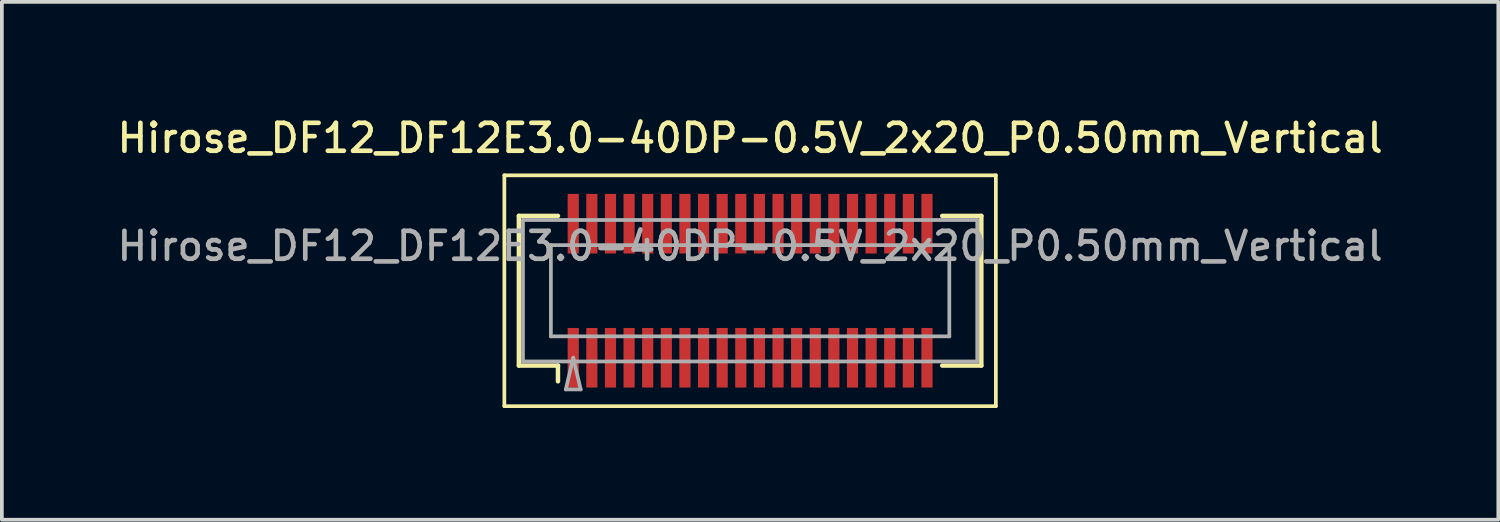
<source format=kicad_pcb>
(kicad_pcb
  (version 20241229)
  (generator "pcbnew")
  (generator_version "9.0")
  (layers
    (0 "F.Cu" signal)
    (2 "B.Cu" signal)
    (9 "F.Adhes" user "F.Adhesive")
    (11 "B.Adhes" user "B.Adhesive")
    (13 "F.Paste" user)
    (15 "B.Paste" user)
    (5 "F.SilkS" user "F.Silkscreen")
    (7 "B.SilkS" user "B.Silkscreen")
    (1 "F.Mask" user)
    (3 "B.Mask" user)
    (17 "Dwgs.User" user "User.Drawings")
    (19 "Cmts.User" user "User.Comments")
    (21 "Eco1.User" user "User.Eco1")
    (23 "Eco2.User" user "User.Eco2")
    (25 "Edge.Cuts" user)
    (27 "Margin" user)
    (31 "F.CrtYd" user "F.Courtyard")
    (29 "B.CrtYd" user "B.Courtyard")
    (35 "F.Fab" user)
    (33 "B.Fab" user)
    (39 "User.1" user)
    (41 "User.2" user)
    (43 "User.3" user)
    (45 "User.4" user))
  (footprint "Hirose_DF12_DF12E3.0-40DP-0.5V_2x20_P0.50mm_Vertical"
    (layer "F.Cu")
    (at 17.095 4.758)
    (property "Reference" "Hirose_DF12_DF12E3.0-40DP-0.5V_2x20_P0.50mm_Vertical" (at 0 -4.1 0) (layer "F.SilkS") (effects (font (size 0.75 0.75) (thickness 0.125))))
    (attr smd)
    (fp_line (start -6.6 -3.1) (end -6.6 3.1) (stroke (width 0.1) (type solid)) (layer "F.SilkS"))
    (fp_line (start -6.6 3.1) (end 6.6 3.1) (stroke (width 0.1) (type solid)) (layer "F.SilkS"))
    (fp_line (start -6.21 -2.01) (end -5.16 -2.01) (stroke (width 0.12) (type solid)) (layer "F.SilkS"))
    (fp_line (start -6.21 2.01) (end -6.21 -2.01) (stroke (width 0.12) (type solid)) (layer "F.SilkS"))
    (fp_line (start -5.16 2.01) (end -6.21 2.01) (stroke (width 0.12) (type solid)) (layer "F.SilkS"))
    (fp_line (start -5.16 2.433) (end -5.16 2.01) (stroke (width 0.12) (type solid)) (layer "F.SilkS"))
    (fp_line (start 5.16 2.01) (end 6.21 2.01) (stroke (width 0.12) (type solid)) (layer "F.SilkS"))
    (fp_line (start 6.21 -2.01) (end 5.16 -2.01) (stroke (width 0.12) (type solid)) (layer "F.SilkS"))
    (fp_line (start 6.21 2.01) (end 6.21 -2.01) (stroke (width 0.12) (type solid)) (layer "F.SilkS"))
    (fp_line (start 6.6 -3.1) (end -6.6 -3.1) (stroke (width 0.1) (type solid)) (layer "F.SilkS"))
    (fp_line (start 6.6 3.1) (end 6.6 -3.1) (stroke (width 0.1) (type solid)) (layer "F.SilkS"))
    (fp_line (start -6.1 -1.9) (end 6.1 -1.9) (stroke (width 0.1) (type solid)) (layer "F.Fab"))
    (fp_line (start -6.1 1.9) (end -6.1 -1.9) (stroke (width 0.1) (type solid)) (layer "F.Fab"))
    (fp_line (start -5.35 -1.225) (end 5.35 -1.225) (stroke (width 0.1) (type solid)) (layer "F.Fab"))
    (fp_line (start -5.35 1.225) (end -5.35 -1.225) (stroke (width 0.1) (type solid)) (layer "F.Fab"))
    (fp_line (start -4.95 2.65) (end -4.75 1.8) (stroke (width 0.1) (type solid)) (layer "F.Fab"))
    (fp_line (start -4.75 1.8) (end -4.55 2.65) (stroke (width 0.1) (type solid)) (layer "F.Fab"))
    (fp_line (start -4.55 2.65) (end -4.95 2.65) (stroke (width 0.1) (type solid)) (layer "F.Fab"))
    (fp_line (start 5.35 -1.225) (end 5.35 1.225) (stroke (width 0.1) (type solid)) (layer "F.Fab"))
    (fp_line (start 5.35 1.225) (end -5.35 1.225) (stroke (width 0.1) (type solid)) (layer "F.Fab"))
    (fp_line (start 6.1 -1.9) (end 6.1 1.9) (stroke (width 0.1) (type solid)) (layer "F.Fab"))
    (fp_line (start 6.1 1.9) (end -6.1 1.9) (stroke (width 0.1) (type solid)) (layer "F.Fab"))
    (fp_text user "${REFERENCE}" (at 0 -1.2 0) (layer "F.Fab") (effects (font (size 0.75 0.75) (thickness 0.125))))
    (pad "" smd rect (at -4.75 -2) (size 0.28 1.2) (layers "F.Paste"))
    (pad "" smd rect (at -4.75 2) (size 0.28 1.2) (layers "F.Paste"))
    (pad "" smd rect (at -4.25 -2) (size 0.28 1.2) (layers "F.Paste"))
    (pad "" smd rect (at -4.25 2) (size 0.28 1.2) (layers "F.Paste"))
    (pad "" smd rect (at -3.75 -2) (size 0.28 1.2) (layers "F.Paste"))
    (pad "" smd rect (at -3.75 2) (size 0.28 1.2) (layers "F.Paste"))
    (pad "" smd rect (at -3.25 -2) (size 0.28 1.2) (layers "F.Paste"))
    (pad "" smd rect (at -3.25 2) (size 0.28 1.2) (layers "F.Paste"))
    (pad "" smd rect (at -2.75 -2) (size 0.28 1.2) (layers "F.Paste"))
    (pad "" smd rect (at -2.75 2) (size 0.28 1.2) (layers "F.Paste"))
    (pad "" smd rect (at -2.25 -2) (size 0.28 1.2) (layers "F.Paste"))
    (pad "" smd rect (at -2.25 2) (size 0.28 1.2) (layers "F.Paste"))
    (pad "" smd rect (at -1.75 -2) (size 0.28 1.2) (layers "F.Paste"))
    (pad "" smd rect (at -1.75 2) (size 0.28 1.2) (layers "F.Paste"))
    (pad "" smd rect (at -1.25 -2) (size 0.28 1.2) (layers "F.Paste"))
    (pad "" smd rect (at -1.25 2) (size 0.28 1.2) (layers "F.Paste"))
    (pad "" smd rect (at -0.75 -2) (size 0.28 1.2) (layers "F.Paste"))
    (pad "" smd rect (at -0.75 2) (size 0.28 1.2) (layers "F.Paste"))
    (pad "" smd rect (at -0.25 -2) (size 0.28 1.2) (layers "F.Paste"))
    (pad "" smd rect (at -0.25 2) (size 0.28 1.2) (layers "F.Paste"))
    (pad "" smd rect (at 0.25 -2) (size 0.28 1.2) (layers "F.Paste"))
    (pad "" smd rect (at 0.25 2) (size 0.28 1.2) (layers "F.Paste"))
    (pad "" smd rect (at 0.75 -2) (size 0.28 1.2) (layers "F.Paste"))
    (pad "" smd rect (at 0.75 2) (size 0.28 1.2) (layers "F.Paste"))
    (pad "" smd rect (at 1.25 -2) (size 0.28 1.2) (layers "F.Paste"))
    (pad "" smd rect (at 1.25 2) (size 0.28 1.2) (layers "F.Paste"))
    (pad "" smd rect (at 1.75 -2) (size 0.28 1.2) (layers "F.Paste"))
    (pad "" smd rect (at 1.75 2) (size 0.28 1.2) (layers "F.Paste"))
    (pad "" smd rect (at 2.25 -2) (size 0.28 1.2) (layers "F.Paste"))
    (pad "" smd rect (at 2.25 2) (size 0.28 1.2) (layers "F.Paste"))
    (pad "" smd rect (at 2.75 -2) (size 0.28 1.2) (layers "F.Paste"))
    (pad "" smd rect (at 2.75 2) (size 0.28 1.2) (layers "F.Paste"))
    (pad "" smd rect (at 3.25 -2) (size 0.28 1.2) (layers "F.Paste"))
    (pad "" smd rect (at 3.25 2) (size 0.28 1.2) (layers "F.Paste"))
    (pad "" smd rect (at 3.75 -2) (size 0.28 1.2) (layers "F.Paste"))
    (pad "" smd rect (at 3.75 2) (size 0.28 1.2) (layers "F.Paste"))
    (pad "" smd rect (at 4.25 -2) (size 0.28 1.2) (layers "F.Paste"))
    (pad "" smd rect (at 4.25 2) (size 0.28 1.2) (layers "F.Paste"))
    (pad "" smd rect (at 4.75 -2) (size 0.28 1.2) (layers "F.Paste"))
    (pad "" smd rect (at 4.75 2) (size 0.28 1.2) (layers "F.Paste"))
    (pad "1" smd rect (at -4.75 1.8) (size 0.3 1.6) (layers "F.Cu" "F.Mask"))
    (pad "2" smd rect (at -4.25 1.8) (size 0.3 1.6) (layers "F.Cu" "F.Mask"))
    (pad "3" smd rect (at -3.75 1.8) (size 0.3 1.6) (layers "F.Cu" "F.Mask"))
    (pad "4" smd rect (at -3.25 1.8) (size 0.3 1.6) (layers "F.Cu" "F.Mask"))
    (pad "5" smd rect (at -2.75 1.8) (size 0.3 1.6) (layers "F.Cu" "F.Mask"))
    (pad "6" smd rect (at -2.25 1.8) (size 0.3 1.6) (layers "F.Cu" "F.Mask"))
    (pad "7" smd rect (at -1.75 1.8) (size 0.3 1.6) (layers "F.Cu" "F.Mask"))
    (pad "8" smd rect (at -1.25 1.8) (size 0.3 1.6) (layers "F.Cu" "F.Mask"))
    (pad "9" smd rect (at -0.75 1.8) (size 0.3 1.6) (layers "F.Cu" "F.Mask"))
    (pad "10" smd rect (at -0.25 1.8) (size 0.3 1.6) (layers "F.Cu" "F.Mask"))
    (pad "11" smd rect (at 0.25 1.8) (size 0.3 1.6) (layers "F.Cu" "F.Mask"))
    (pad "12" smd rect (at 0.75 1.8) (size 0.3 1.6) (layers "F.Cu" "F.Mask"))
    (pad "13" smd rect (at 1.25 1.8) (size 0.3 1.6) (layers "F.Cu" "F.Mask"))
    (pad "14" smd rect (at 1.75 1.8) (size 0.3 1.6) (layers "F.Cu" "F.Mask"))
    (pad "15" smd rect (at 2.25 1.8) (size 0.3 1.6) (layers "F.Cu" "F.Mask"))
    (pad "16" smd rect (at 2.75 1.8) (size 0.3 1.6) (layers "F.Cu" "F.Mask"))
    (pad "17" smd rect (at 3.25 1.8) (size 0.3 1.6) (layers "F.Cu" "F.Mask"))
    (pad "18" smd rect (at 3.75 1.8) (size 0.3 1.6) (layers "F.Cu" "F.Mask"))
    (pad "19" smd rect (at 4.25 1.8) (size 0.3 1.6) (layers "F.Cu" "F.Mask"))
    (pad "20" smd rect (at 4.75 1.8) (size 0.3 1.6) (layers "F.Cu" "F.Mask"))
    (pad "21" smd rect (at -4.75 -1.8) (size 0.3 1.6) (layers "F.Cu" "F.Mask"))
    (pad "22" smd rect (at -4.25 -1.8) (size 0.3 1.6) (layers "F.Cu" "F.Mask"))
    (pad "23" smd rect (at -3.75 -1.8) (size 0.3 1.6) (layers "F.Cu" "F.Mask"))
    (pad "24" smd rect (at -3.25 -1.8) (size 0.3 1.6) (layers "F.Cu" "F.Mask"))
    (pad "25" smd rect (at -2.75 -1.8) (size 0.3 1.6) (layers "F.Cu" "F.Mask"))
    (pad "26" smd rect (at -2.25 -1.8) (size 0.3 1.6) (layers "F.Cu" "F.Mask"))
    (pad "27" smd rect (at -1.75 -1.8) (size 0.3 1.6) (layers "F.Cu" "F.Mask"))
    (pad "28" smd rect (at -1.25 -1.8) (size 0.3 1.6) (layers "F.Cu" "F.Mask"))
    (pad "29" smd rect (at -0.75 -1.8) (size 0.3 1.6) (layers "F.Cu" "F.Mask"))
    (pad "30" smd rect (at -0.25 -1.8) (size 0.3 1.6) (layers "F.Cu" "F.Mask"))
    (pad "31" smd rect (at 0.25 -1.8) (size 0.3 1.6) (layers "F.Cu" "F.Mask"))
    (pad "32" smd rect (at 0.75 -1.8) (size 0.3 1.6) (layers "F.Cu" "F.Mask"))
    (pad "33" smd rect (at 1.25 -1.8) (size 0.3 1.6) (layers "F.Cu" "F.Mask"))
    (pad "34" smd rect (at 1.75 -1.8) (size 0.3 1.6) (layers "F.Cu" "F.Mask"))
    (pad "35" smd rect (at 2.25 -1.8) (size 0.3 1.6) (layers "F.Cu" "F.Mask"))
    (pad "36" smd rect (at 2.75 -1.8) (size 0.3 1.6) (layers "F.Cu" "F.Mask"))
    (pad "37" smd rect (at 3.25 -1.8) (size 0.3 1.6) (layers "F.Cu" "F.Mask"))
    (pad "38" smd rect (at 3.75 -1.8) (size 0.3 1.6) (layers "F.Cu" "F.Mask"))
    (pad "39" smd rect (at 4.25 -1.8) (size 0.3 1.6) (layers "F.Cu" "F.Mask"))
    (pad "40" smd rect (at 4.75 -1.8) (size 0.3 1.6) (layers "F.Cu" "F.Mask")))
  (gr_rect
    (start -3 -3)
    (end 37.189 10.908)
    (stroke (width 0.1) (type default))
    (fill no)
    (layer "Edge.Cuts")))
</source>
